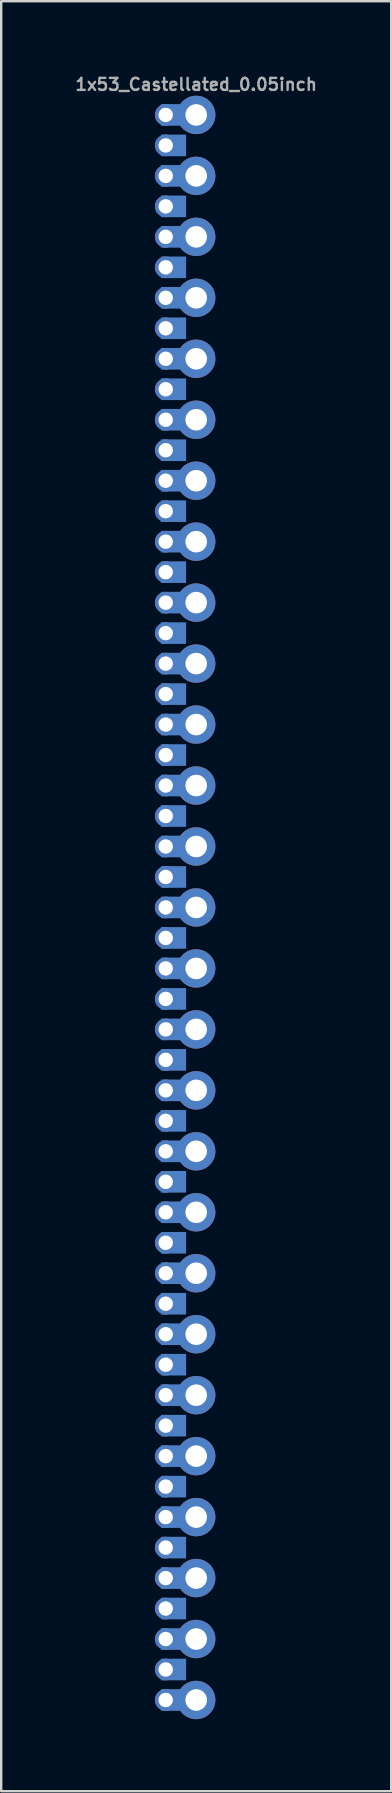
<source format=kicad_pcb>
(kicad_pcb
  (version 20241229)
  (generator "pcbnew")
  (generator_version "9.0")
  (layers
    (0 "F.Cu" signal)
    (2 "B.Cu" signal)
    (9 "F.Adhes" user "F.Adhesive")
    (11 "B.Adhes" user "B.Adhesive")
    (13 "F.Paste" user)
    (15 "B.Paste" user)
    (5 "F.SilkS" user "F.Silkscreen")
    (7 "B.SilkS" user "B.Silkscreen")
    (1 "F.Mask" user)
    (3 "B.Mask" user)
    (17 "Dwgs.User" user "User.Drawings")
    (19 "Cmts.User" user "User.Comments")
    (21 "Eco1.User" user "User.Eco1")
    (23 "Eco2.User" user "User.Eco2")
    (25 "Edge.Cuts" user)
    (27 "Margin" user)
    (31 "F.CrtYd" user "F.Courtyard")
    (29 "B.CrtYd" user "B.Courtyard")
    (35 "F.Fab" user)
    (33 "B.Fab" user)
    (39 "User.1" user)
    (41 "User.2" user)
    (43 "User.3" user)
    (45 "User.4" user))
  (footprint "1x53_Castellated_0.05inch"
    (layer "F.Cu")
    (at 5.124 67.778)
    (property "Reference" "1x53_Castellated_0.05inch" (at 0 -67.31 0) (layer "F.Fab") (effects (font (size 0.5 0.5) (thickness 0.1))))
    (pad "1" thru_hole circle (at -1.27 0) (size 0.9 0.9) (drill 0.6) (property pad_prop_castellated) (layers "*.Cu" "*.Mask"))
    (pad "1" smd rect (at -0.945 0) (size 1.05 0.9) (property pad_prop_castellated) (layers "B.Cu" "B.Mask"))
    (pad "1" thru_hole circle (at 0 0 90) (size 1.6 1.6) (drill 0.9) (layers "*.Cu" "F.Mask"))
    (pad "2" thru_hole circle (at -1.27 -1.27) (size 0.9 0.9) (drill 0.6) (property pad_prop_castellated) (layers "*.Cu" "*.Mask"))
    (pad "2" smd rect (at -0.945 -1.27) (size 1.05 0.9) (property pad_prop_castellated) (layers "B.Cu" "B.Mask"))
    (pad "3" thru_hole circle (at -1.27 -2.54) (size 0.9 0.9) (drill 0.6) (property pad_prop_castellated) (layers "*.Cu" "*.Mask"))
    (pad "3" smd rect (at -0.945 -2.54) (size 1.05 0.9) (property pad_prop_castellated) (layers "B.Cu" "B.Mask"))
    (pad "3" thru_hole circle (at 0 -2.54 90) (size 1.6 1.6) (drill 0.9) (layers "*.Cu" "F.Mask"))
    (pad "4" thru_hole circle (at -1.27 -3.81) (size 0.9 0.9) (drill 0.6) (property pad_prop_castellated) (layers "*.Cu" "*.Mask"))
    (pad "4" smd rect (at -0.945 -3.81) (size 1.05 0.9) (property pad_prop_castellated) (layers "B.Cu" "B.Mask"))
    (pad "5" thru_hole circle (at -1.27 -5.08) (size 0.9 0.9) (drill 0.6) (property pad_prop_castellated) (layers "*.Cu" "*.Mask"))
    (pad "5" smd rect (at -0.945 -5.08) (size 1.05 0.9) (property pad_prop_castellated) (layers "B.Cu" "B.Mask"))
    (pad "5" thru_hole circle (at 0 -5.08 90) (size 1.6 1.6) (drill 0.9) (layers "*.Cu" "F.Mask"))
    (pad "6" thru_hole circle (at -1.27 -6.35) (size 0.9 0.9) (drill 0.6) (property pad_prop_castellated) (layers "*.Cu" "*.Mask"))
    (pad "6" smd rect (at -0.945 -6.35) (size 1.05 0.9) (property pad_prop_castellated) (layers "B.Cu" "B.Mask"))
    (pad "7" thru_hole circle (at -1.27 -7.62) (size 0.9 0.9) (drill 0.6) (property pad_prop_castellated) (layers "*.Cu" "*.Mask"))
    (pad "7" smd rect (at -0.945 -7.62) (size 1.05 0.9) (property pad_prop_castellated) (layers "B.Cu" "B.Mask"))
    (pad "7" thru_hole circle (at 0 -7.62 90) (size 1.6 1.6) (drill 0.9) (layers "*.Cu" "F.Mask"))
    (pad "8" thru_hole circle (at -1.27 -8.89) (size 0.9 0.9) (drill 0.6) (property pad_prop_castellated) (layers "*.Cu" "*.Mask"))
    (pad "8" smd rect (at -0.945 -8.89) (size 1.05 0.9) (property pad_prop_castellated) (layers "B.Cu" "B.Mask"))
    (pad "9" thru_hole circle (at -1.27 -10.16) (size 0.9 0.9) (drill 0.6) (property pad_prop_castellated) (layers "*.Cu" "*.Mask"))
    (pad "9" smd rect (at -0.945 -10.16) (size 1.05 0.9) (property pad_prop_castellated) (layers "B.Cu" "B.Mask"))
    (pad "9" thru_hole circle (at 0 -10.16 90) (size 1.6 1.6) (drill 0.9) (layers "*.Cu" "F.Mask"))
    (pad "10" thru_hole circle (at -1.27 -11.43) (size 0.9 0.9) (drill 0.6) (property pad_prop_castellated) (layers "*.Cu" "*.Mask"))
    (pad "10" smd rect (at -0.945 -11.43) (size 1.05 0.9) (property pad_prop_castellated) (layers "B.Cu" "B.Mask"))
    (pad "11" thru_hole circle (at -1.27 -12.7) (size 0.9 0.9) (drill 0.6) (property pad_prop_castellated) (layers "*.Cu" "*.Mask"))
    (pad "11" smd rect (at -0.945 -12.7) (size 1.05 0.9) (property pad_prop_castellated) (layers "B.Cu" "B.Mask"))
    (pad "11" thru_hole circle (at 0 -12.7 90) (size 1.6 1.6) (drill 0.9) (layers "*.Cu" "F.Mask"))
    (pad "12" thru_hole circle (at -1.27 -13.97) (size 0.9 0.9) (drill 0.6) (property pad_prop_castellated) (layers "*.Cu" "*.Mask"))
    (pad "12" smd rect (at -0.945 -13.97) (size 1.05 0.9) (property pad_prop_castellated) (layers "B.Cu" "B.Mask"))
    (pad "13" thru_hole circle (at -1.27 -15.24) (size 0.9 0.9) (drill 0.6) (property pad_prop_castellated) (layers "*.Cu" "*.Mask"))
    (pad "13" smd rect (at -0.945 -15.24) (size 1.05 0.9) (property pad_prop_castellated) (layers "B.Cu" "B.Mask"))
    (pad "13" thru_hole circle (at 0 -15.24 90) (size 1.6 1.6) (drill 0.9) (layers "*.Cu" "F.Mask"))
    (pad "14" thru_hole circle (at -1.27 -16.51) (size 0.9 0.9) (drill 0.6) (property pad_prop_castellated) (layers "*.Cu" "*.Mask"))
    (pad "14" smd rect (at -0.945 -16.51) (size 1.05 0.9) (property pad_prop_castellated) (layers "B.Cu" "B.Mask"))
    (pad "15" thru_hole circle (at -1.27 -17.78) (size 0.9 0.9) (drill 0.6) (property pad_prop_castellated) (layers "*.Cu" "*.Mask"))
    (pad "15" smd rect (at -0.945 -17.78) (size 1.05 0.9) (property pad_prop_castellated) (layers "B.Cu" "B.Mask"))
    (pad "15" thru_hole circle (at 0 -17.78 90) (size 1.6 1.6) (drill 0.9) (layers "*.Cu" "F.Mask"))
    (pad "16" thru_hole circle (at -1.27 -19.05) (size 0.9 0.9) (drill 0.6) (property pad_prop_castellated) (layers "*.Cu" "*.Mask"))
    (pad "16" smd rect (at -0.945 -19.05) (size 1.05 0.9) (property pad_prop_castellated) (layers "B.Cu" "B.Mask"))
    (pad "17" thru_hole circle (at -1.27 -20.32) (size 0.9 0.9) (drill 0.6) (property pad_prop_castellated) (layers "*.Cu" "*.Mask"))
    (pad "17" smd rect (at -0.945 -20.32) (size 1.05 0.9) (property pad_prop_castellated) (layers "B.Cu" "B.Mask"))
    (pad "17" thru_hole circle (at 0 -20.32 90) (size 1.6 1.6) (drill 0.9) (layers "*.Cu" "F.Mask"))
    (pad "18" thru_hole circle (at -1.27 -21.59) (size 0.9 0.9) (drill 0.6) (property pad_prop_castellated) (layers "*.Cu" "*.Mask"))
    (pad "18" smd rect (at -0.945 -21.59) (size 1.05 0.9) (property pad_prop_castellated) (layers "B.Cu" "B.Mask"))
    (pad "19" thru_hole circle (at -1.27 -22.86) (size 0.9 0.9) (drill 0.6) (property pad_prop_castellated) (layers "*.Cu" "*.Mask"))
    (pad "19" smd rect (at -0.945 -22.86) (size 1.05 0.9) (property pad_prop_castellated) (layers "B.Cu" "B.Mask"))
    (pad "19" thru_hole circle (at 0 -22.86 90) (size 1.6 1.6) (drill 0.9) (layers "*.Cu" "F.Mask"))
    (pad "20" thru_hole circle (at -1.27 -24.13) (size 0.9 0.9) (drill 0.6) (property pad_prop_castellated) (layers "*.Cu" "*.Mask"))
    (pad "20" smd rect (at -0.945 -24.13) (size 1.05 0.9) (property pad_prop_castellated) (layers "B.Cu" "B.Mask"))
    (pad "21" thru_hole circle (at -1.27 -25.4) (size 0.9 0.9) (drill 0.6) (property pad_prop_castellated) (layers "*.Cu" "*.Mask"))
    (pad "21" smd rect (at -0.945 -25.4) (size 1.05 0.9) (property pad_prop_castellated) (layers "B.Cu" "B.Mask"))
    (pad "21" thru_hole circle (at 0 -25.4 90) (size 1.6 1.6) (drill 0.9) (layers "*.Cu" "F.Mask"))
    (pad "22" thru_hole circle (at -1.27 -26.67) (size 0.9 0.9) (drill 0.6) (property pad_prop_castellated) (layers "*.Cu" "*.Mask"))
    (pad "22" smd rect (at -0.945 -26.67) (size 1.05 0.9) (property pad_prop_castellated) (layers "B.Cu" "B.Mask"))
    (pad "23" thru_hole circle (at -1.27 -27.94) (size 0.9 0.9) (drill 0.6) (property pad_prop_castellated) (layers "*.Cu" "*.Mask"))
    (pad "23" smd rect (at -0.945 -27.94) (size 1.05 0.9) (property pad_prop_castellated) (layers "B.Cu" "B.Mask"))
    (pad "23" thru_hole circle (at 0 -27.94 90) (size 1.6 1.6) (drill 0.9) (layers "*.Cu" "F.Mask"))
    (pad "24" thru_hole circle (at -1.27 -29.21) (size 0.9 0.9) (drill 0.6) (property pad_prop_castellated) (layers "*.Cu" "*.Mask"))
    (pad "24" smd rect (at -0.945 -29.21) (size 1.05 0.9) (property pad_prop_castellated) (layers "B.Cu" "B.Mask"))
    (pad "25" thru_hole circle (at -1.27 -30.48) (size 0.9 0.9) (drill 0.6) (property pad_prop_castellated) (layers "*.Cu" "*.Mask"))
    (pad "25" smd rect (at -0.945 -30.48) (size 1.05 0.9) (property pad_prop_castellated) (layers "B.Cu" "B.Mask"))
    (pad "25" thru_hole circle (at 0 -30.48 90) (size 1.6 1.6) (drill 0.9) (layers "*.Cu" "F.Mask"))
    (pad "26" thru_hole circle (at -1.27 -31.75) (size 0.9 0.9) (drill 0.6) (property pad_prop_castellated) (layers "*.Cu" "*.Mask"))
    (pad "26" smd rect (at -0.945 -31.75) (size 1.05 0.9) (property pad_prop_castellated) (layers "B.Cu" "B.Mask"))
    (pad "27" thru_hole circle (at -1.27 -33.02) (size 0.9 0.9) (drill 0.6) (property pad_prop_castellated) (layers "*.Cu" "*.Mask"))
    (pad "27" smd rect (at -0.945 -33.02) (size 1.05 0.9) (property pad_prop_castellated) (layers "B.Cu" "B.Mask"))
    (pad "27" thru_hole circle (at 0 -33.02 90) (size 1.6 1.6) (drill 0.9) (layers "*.Cu" "F.Mask"))
    (pad "28" thru_hole circle (at -1.27 -34.29) (size 0.9 0.9) (drill 0.6) (property pad_prop_castellated) (layers "*.Cu" "*.Mask"))
    (pad "28" smd rect (at -0.945 -34.29) (size 1.05 0.9) (property pad_prop_castellated) (layers "B.Cu" "B.Mask"))
    (pad "29" thru_hole circle (at -1.27 -35.56) (size 0.9 0.9) (drill 0.6) (property pad_prop_castellated) (layers "*.Cu" "*.Mask"))
    (pad "29" smd rect (at -0.945 -35.56) (size 1.05 0.9) (property pad_prop_castellated) (layers "B.Cu" "B.Mask"))
    (pad "29" thru_hole circle (at 0 -35.56 90) (size 1.6 1.6) (drill 0.9) (layers "*.Cu" "F.Mask"))
    (pad "30" thru_hole circle (at -1.27 -36.83) (size 0.9 0.9) (drill 0.6) (property pad_prop_castellated) (layers "*.Cu" "*.Mask"))
    (pad "30" smd rect (at -0.945 -36.83) (size 1.05 0.9) (property pad_prop_castellated) (layers "B.Cu" "B.Mask"))
    (pad "31" thru_hole circle (at -1.27 -38.1) (size 0.9 0.9) (drill 0.6) (property pad_prop_castellated) (layers "*.Cu" "*.Mask"))
    (pad "31" smd rect (at -0.945 -38.1) (size 1.05 0.9) (property pad_prop_castellated) (layers "B.Cu" "B.Mask"))
    (pad "31" thru_hole circle (at 0 -38.1 90) (size 1.6 1.6) (drill 0.9) (layers "*.Cu" "F.Mask"))
    (pad "32" thru_hole circle (at -1.27 -39.37) (size 0.9 0.9) (drill 0.6) (property pad_prop_castellated) (layers "*.Cu" "*.Mask"))
    (pad "32" smd rect (at -0.945 -39.37) (size 1.05 0.9) (property pad_prop_castellated) (layers "B.Cu" "B.Mask"))
    (pad "33" thru_hole circle (at -1.27 -40.64) (size 0.9 0.9) (drill 0.6) (property pad_prop_castellated) (layers "*.Cu" "*.Mask"))
    (pad "33" smd rect (at -0.945 -40.64) (size 1.05 0.9) (property pad_prop_castellated) (layers "B.Cu" "B.Mask"))
    (pad "33" thru_hole circle (at 0 -40.64 90) (size 1.6 1.6) (drill 0.9) (layers "*.Cu" "F.Mask"))
    (pad "34" thru_hole circle (at -1.27 -41.91) (size 0.9 0.9) (drill 0.6) (property pad_prop_castellated) (layers "*.Cu" "*.Mask"))
    (pad "34" smd rect (at -0.945 -41.91) (size 1.05 0.9) (property pad_prop_castellated) (layers "B.Cu" "B.Mask"))
    (pad "35" thru_hole circle (at -1.27 -43.18) (size 0.9 0.9) (drill 0.6) (property pad_prop_castellated) (layers "*.Cu" "*.Mask"))
    (pad "35" smd rect (at -0.945 -43.18) (size 1.05 0.9) (property pad_prop_castellated) (layers "B.Cu" "B.Mask"))
    (pad "35" thru_hole circle (at 0 -43.18 90) (size 1.6 1.6) (drill 0.9) (layers "*.Cu" "F.Mask"))
    (pad "36" thru_hole circle (at -1.27 -44.45) (size 0.9 0.9) (drill 0.6) (property pad_prop_castellated) (layers "*.Cu" "*.Mask"))
    (pad "36" smd rect (at -0.945 -44.45) (size 1.05 0.9) (property pad_prop_castellated) (layers "B.Cu" "B.Mask"))
    (pad "37" thru_hole circle (at -1.27 -45.72) (size 0.9 0.9) (drill 0.6) (property pad_prop_castellated) (layers "*.Cu" "*.Mask"))
    (pad "37" smd rect (at -0.945 -45.72) (size 1.05 0.9) (property pad_prop_castellated) (layers "B.Cu" "B.Mask"))
    (pad "37" thru_hole circle (at 0 -45.72 90) (size 1.6 1.6) (drill 0.9) (layers "*.Cu" "F.Mask"))
    (pad "38" thru_hole circle (at -1.27 -46.99) (size 0.9 0.9) (drill 0.6) (property pad_prop_castellated) (layers "*.Cu" "*.Mask"))
    (pad "38" smd rect (at -0.945 -46.99) (size 1.05 0.9) (property pad_prop_castellated) (layers "B.Cu" "B.Mask"))
    (pad "39" thru_hole circle (at -1.27 -48.26) (size 0.9 0.9) (drill 0.6) (property pad_prop_castellated) (layers "*.Cu" "*.Mask"))
    (pad "39" smd rect (at -0.945 -48.26) (size 1.05 0.9) (property pad_prop_castellated) (layers "B.Cu" "B.Mask"))
    (pad "39" thru_hole circle (at 0 -48.26 90) (size 1.6 1.6) (drill 0.9) (layers "*.Cu" "F.Mask"))
    (pad "40" thru_hole circle (at -1.27 -49.53) (size 0.9 0.9) (drill 0.6) (property pad_prop_castellated) (layers "*.Cu" "*.Mask"))
    (pad "40" smd rect (at -0.945 -49.53) (size 1.05 0.9) (property pad_prop_castellated) (layers "B.Cu" "B.Mask"))
    (pad "41" thru_hole circle (at -1.27 -50.8) (size 0.9 0.9) (drill 0.6) (property pad_prop_castellated) (layers "*.Cu" "*.Mask"))
    (pad "41" smd rect (at -0.945 -50.8) (size 1.05 0.9) (property pad_prop_castellated) (layers "B.Cu" "B.Mask"))
    (pad "41" thru_hole circle (at 0 -50.8 90) (size 1.6 1.6) (drill 0.9) (layers "*.Cu" "F.Mask"))
    (pad "42" thru_hole circle (at -1.27 -52.07) (size 0.9 0.9) (drill 0.6) (property pad_prop_castellated) (layers "*.Cu" "*.Mask"))
    (pad "42" smd rect (at -0.945 -52.07) (size 1.05 0.9) (property pad_prop_castellated) (layers "B.Cu" "B.Mask"))
    (pad "43" thru_hole circle (at -1.27 -53.34) (size 0.9 0.9) (drill 0.6) (property pad_prop_castellated) (layers "*.Cu" "*.Mask"))
    (pad "43" smd rect (at -0.945 -53.34) (size 1.05 0.9) (property pad_prop_castellated) (layers "B.Cu" "B.Mask"))
    (pad "43" thru_hole circle (at 0 -53.34 90) (size 1.6 1.6) (drill 0.9) (layers "*.Cu" "F.Mask"))
    (pad "44" thru_hole circle (at -1.27 -54.61) (size 0.9 0.9) (drill 0.6) (property pad_prop_castellated) (layers "*.Cu" "*.Mask"))
    (pad "44" smd rect (at -0.945 -54.61) (size 1.05 0.9) (property pad_prop_castellated) (layers "B.Cu" "B.Mask"))
    (pad "45" thru_hole circle (at -1.27 -55.88) (size 0.9 0.9) (drill 0.6) (property pad_prop_castellated) (layers "*.Cu" "*.Mask"))
    (pad "45" smd rect (at -0.945 -55.88) (size 1.05 0.9) (property pad_prop_castellated) (layers "B.Cu" "B.Mask"))
    (pad "45" thru_hole circle (at 0 -55.88 90) (size 1.6 1.6) (drill 0.9) (layers "*.Cu" "F.Mask"))
    (pad "46" thru_hole circle (at -1.27 -57.15) (size 0.9 0.9) (drill 0.6) (property pad_prop_castellated) (layers "*.Cu" "*.Mask"))
    (pad "46" smd rect (at -0.945 -57.15) (size 1.05 0.9) (property pad_prop_castellated) (layers "B.Cu" "B.Mask"))
    (pad "47" thru_hole circle (at -1.27 -58.42) (size 0.9 0.9) (drill 0.6) (property pad_prop_castellated) (layers "*.Cu" "*.Mask"))
    (pad "47" smd rect (at -0.945 -58.42) (size 1.05 0.9) (property pad_prop_castellated) (layers "B.Cu" "B.Mask"))
    (pad "47" thru_hole circle (at 0 -58.42 90) (size 1.6 1.6) (drill 0.9) (layers "*.Cu" "F.Mask"))
    (pad "48" thru_hole circle (at -1.27 -59.69) (size 0.9 0.9) (drill 0.6) (property pad_prop_castellated) (layers "*.Cu" "*.Mask"))
    (pad "48" smd rect (at -0.945 -59.69) (size 1.05 0.9) (property pad_prop_castellated) (layers "B.Cu" "B.Mask"))
    (pad "49" thru_hole circle (at -1.27 -60.96) (size 0.9 0.9) (drill 0.6) (property pad_prop_castellated) (layers "*.Cu" "*.Mask"))
    (pad "49" smd rect (at -0.945 -60.96) (size 1.05 0.9) (property pad_prop_castellated) (layers "B.Cu" "B.Mask"))
    (pad "49" thru_hole circle (at 0 -60.96 90) (size 1.6 1.6) (drill 0.9) (layers "*.Cu" "F.Mask"))
    (pad "50" thru_hole circle (at -1.27 -62.23) (size 0.9 0.9) (drill 0.6) (property pad_prop_castellated) (layers "*.Cu" "*.Mask"))
    (pad "50" smd rect (at -0.945 -62.23) (size 1.05 0.9) (property pad_prop_castellated) (layers "B.Cu" "B.Mask"))
    (pad "51" thru_hole circle (at -1.27 -63.5) (size 0.9 0.9) (drill 0.6) (property pad_prop_castellated) (layers "*.Cu" "*.Mask"))
    (pad "51" smd rect (at -0.945 -63.5) (size 1.05 0.9) (property pad_prop_castellated) (layers "B.Cu" "B.Mask"))
    (pad "51" thru_hole circle (at 0 -63.5 90) (size 1.6 1.6) (drill 0.9) (layers "*.Cu" "F.Mask"))
    (pad "52" thru_hole circle (at -1.27 -64.77) (size 0.9 0.9) (drill 0.6) (property pad_prop_castellated) (layers "*.Cu" "*.Mask"))
    (pad "52" smd rect (at -0.945 -64.77) (size 1.05 0.9) (property pad_prop_castellated) (layers "B.Cu" "B.Mask"))
    (pad "53" thru_hole circle (at -1.27 -66.04) (size 0.9 0.9) (drill 0.6) (property pad_prop_castellated) (layers "*.Cu" "*.Mask"))
    (pad "53" smd rect (at -0.945 -66.04) (size 1.05 0.9) (property pad_prop_castellated) (layers "B.Cu" "B.Mask"))
    (pad "53" thru_hole circle (at 0 -66.04 90) (size 1.6 1.6) (drill 0.9) (layers "*.Cu" "F.Mask")))
  (gr_rect
    (start -3 -3)
    (end 13.248 71.578)
    (stroke (width 0.1) (type default))
    (fill no)
    (layer "Edge.Cuts")))
</source>
